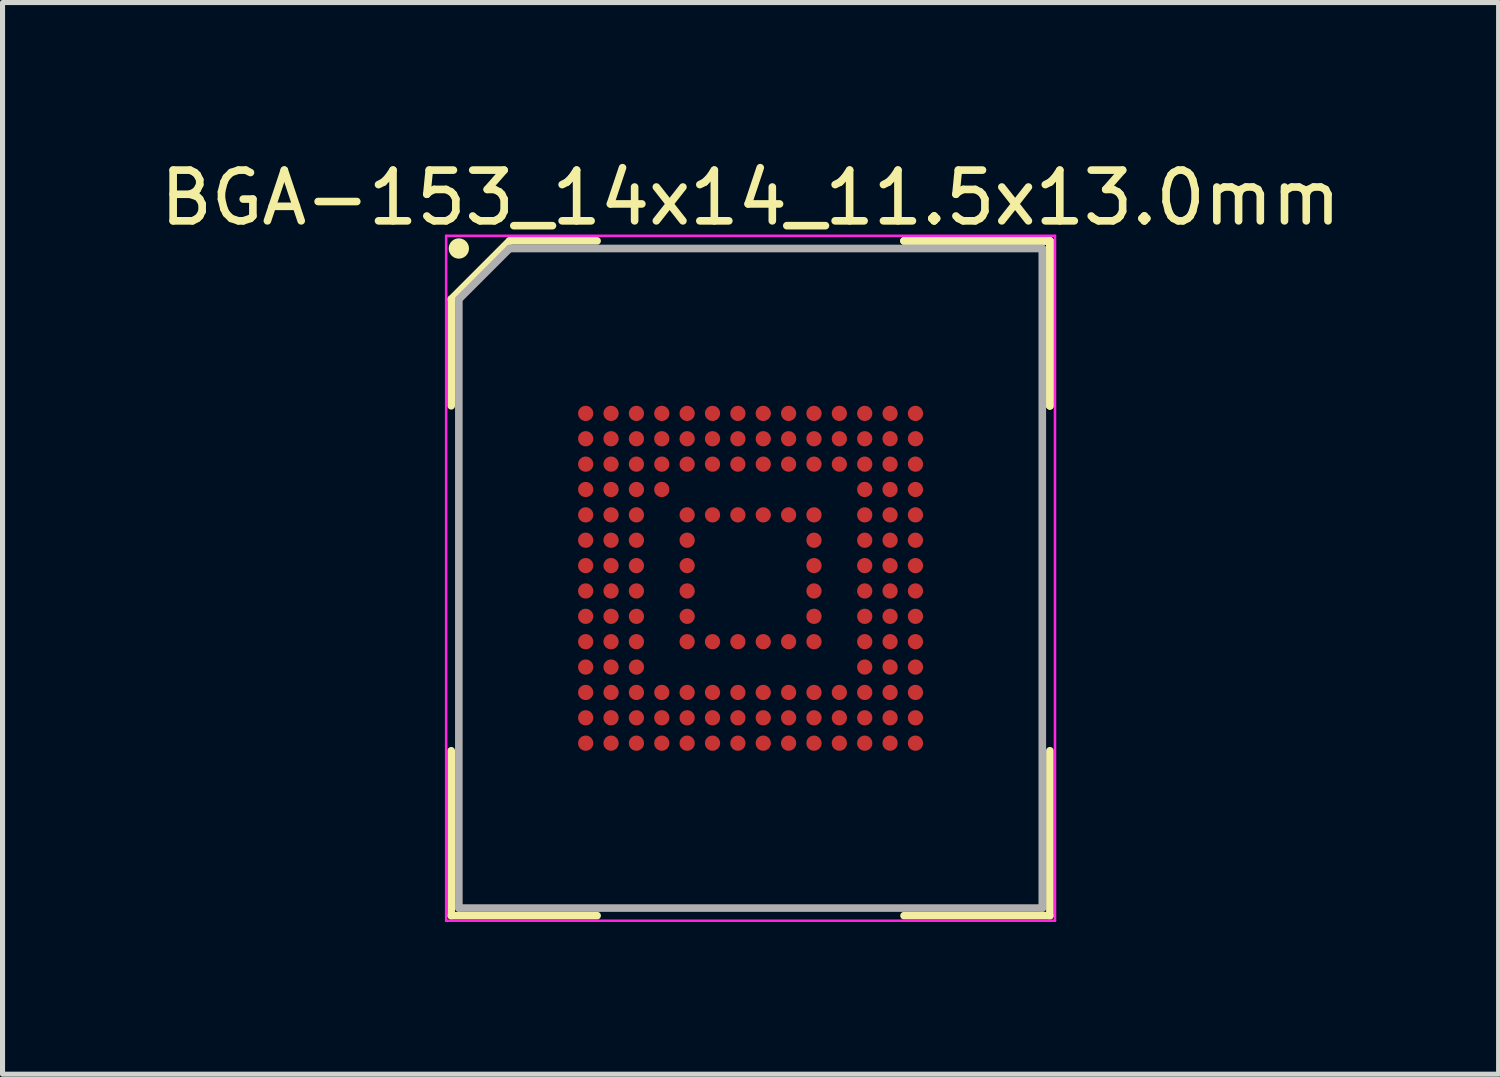
<source format=kicad_pcb>
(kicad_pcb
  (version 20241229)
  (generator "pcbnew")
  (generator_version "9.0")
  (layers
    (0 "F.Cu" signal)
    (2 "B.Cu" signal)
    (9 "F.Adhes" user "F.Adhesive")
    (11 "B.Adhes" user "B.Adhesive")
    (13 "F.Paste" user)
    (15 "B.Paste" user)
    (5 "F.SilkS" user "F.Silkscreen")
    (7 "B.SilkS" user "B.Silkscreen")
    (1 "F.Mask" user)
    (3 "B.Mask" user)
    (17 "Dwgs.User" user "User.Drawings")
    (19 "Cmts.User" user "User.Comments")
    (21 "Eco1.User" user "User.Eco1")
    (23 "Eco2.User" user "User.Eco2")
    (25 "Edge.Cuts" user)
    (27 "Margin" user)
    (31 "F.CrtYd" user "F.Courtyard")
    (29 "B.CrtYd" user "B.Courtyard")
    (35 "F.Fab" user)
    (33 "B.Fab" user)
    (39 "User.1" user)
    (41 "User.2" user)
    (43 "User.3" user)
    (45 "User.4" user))
  (footprint "BGA-153_14x14_11.5x13.0mm"
    (layer "F.Cu")
    (at 11.744 8.348)
    (property "Reference" "BGA-153_14x14_11.5x13.0mm" (at 0 -7.5 0) (layer "F.SilkS") (effects (font (size 1 1) (thickness 0.15))))
    (attr smd)
    (fp_line (start -5.9 -5.5) (end -5.9 -3.4) (stroke (width 0.15) (type solid)) (layer "F.SilkS"))
    (fp_line (start -5.9 6.65) (end -5.9 3.4) (stroke (width 0.15) (type solid)) (layer "F.SilkS"))
    (fp_line (start -4.75 -6.65) (end -5.9 -5.5) (stroke (width 0.15) (type solid)) (layer "F.SilkS"))
    (fp_line (start -3.025 -6.65) (end -4.75 -6.65) (stroke (width 0.15) (type solid)) (layer "F.SilkS"))
    (fp_line (start -3.025 6.65) (end -5.9 6.65) (stroke (width 0.15) (type solid)) (layer "F.SilkS"))
    (fp_line (start 3.025 -6.65) (end 5.9 -6.65) (stroke (width 0.15) (type solid)) (layer "F.SilkS"))
    (fp_line (start 3.025 -6.65) (end 5.9 -6.65) (stroke (width 0.15) (type solid)) (layer "F.SilkS"))
    (fp_line (start 3.025 -6.65) (end 5.9 -6.65) (stroke (width 0.15) (type solid)) (layer "F.SilkS"))
    (fp_line (start 3.025 6.65) (end 5.9 6.65) (stroke (width 0.15) (type solid)) (layer "F.SilkS"))
    (fp_line (start 5.9 -6.65) (end 5.9 -3.4) (stroke (width 0.15) (type solid)) (layer "F.SilkS"))
    (fp_line (start 5.9 -6.65) (end 5.9 -3.4) (stroke (width 0.15) (type solid)) (layer "F.SilkS"))
    (fp_line (start 5.9 -6.65) (end 5.9 -3.4) (stroke (width 0.15) (type solid)) (layer "F.SilkS"))
    (fp_line (start 5.9 6.65) (end 5.9 3.4) (stroke (width 0.15) (type solid)) (layer "F.SilkS"))
    (fp_circle (center -5.75 -6.5) (end -5.75 -6.4) (stroke (width 0.2) (type solid)) (fill no) (layer "F.SilkS"))
    (fp_line (start -6 -6.75) (end 6 -6.75) (stroke (width 0.05) (type solid)) (layer "F.CrtYd"))
    (fp_line (start -6 6.75) (end -6 -6.75) (stroke (width 0.05) (type solid)) (layer "F.CrtYd"))
    (fp_line (start 6 -6.75) (end 6 6.75) (stroke (width 0.05) (type solid)) (layer "F.CrtYd"))
    (fp_line (start 6 6.75) (end -6 6.75) (stroke (width 0.05) (type solid)) (layer "F.CrtYd"))
    (fp_line (start -5.75 -5.5) (end -5.75 6.5) (stroke (width 0.15) (type solid)) (layer "F.Fab"))
    (fp_line (start -5.75 6.5) (end 5.75 6.5) (stroke (width 0.15) (type solid)) (layer "F.Fab"))
    (fp_line (start -4.75 -6.5) (end -5.75 -5.5) (stroke (width 0.15) (type solid)) (layer "F.Fab"))
    (fp_line (start 5.75 -6.5) (end -4.75 -6.5) (stroke (width 0.15) (type solid)) (layer "F.Fab"))
    (fp_line (start 5.75 6.5) (end 5.75 -6.5) (stroke (width 0.15) (type solid)) (layer "F.Fab"))
    (pad "A1" smd circle (at -3.25 -3.25) (size 0.3 0.3) (layers "F.Cu" "F.Mask" "F.Paste"))
    (pad "A2" smd circle (at -2.75 -3.25) (size 0.3 0.3) (layers "F.Cu" "F.Mask" "F.Paste"))
    (pad "A3" smd circle (at -2.25 -3.25) (size 0.3 0.3) (layers "F.Cu" "F.Mask" "F.Paste"))
    (pad "A4" smd circle (at -1.75 -3.25) (size 0.3 0.3) (layers "F.Cu" "F.Mask" "F.Paste"))
    (pad "A5" smd circle (at -1.25 -3.25) (size 0.3 0.3) (layers "F.Cu" "F.Mask" "F.Paste"))
    (pad "A6" smd circle (at -0.75 -3.25) (size 0.3 0.3) (layers "F.Cu" "F.Mask" "F.Paste"))
    (pad "A7" smd circle (at -0.25 -3.25) (size 0.3 0.3) (layers "F.Cu" "F.Mask" "F.Paste"))
    (pad "A8" smd circle (at 0.25 -3.25) (size 0.3 0.3) (layers "F.Cu" "F.Mask" "F.Paste"))
    (pad "A9" smd circle (at 0.75 -3.25) (size 0.3 0.3) (layers "F.Cu" "F.Mask" "F.Paste"))
    (pad "A10" smd circle (at 1.25 -3.25) (size 0.3 0.3) (layers "F.Cu" "F.Mask" "F.Paste"))
    (pad "A11" smd circle (at 1.75 -3.25) (size 0.3 0.3) (layers "F.Cu" "F.Mask" "F.Paste"))
    (pad "A12" smd circle (at 2.25 -3.25) (size 0.3 0.3) (layers "F.Cu" "F.Mask" "F.Paste"))
    (pad "A13" smd circle (at 2.75 -3.25) (size 0.3 0.3) (layers "F.Cu" "F.Mask" "F.Paste"))
    (pad "A14" smd circle (at 3.25 -3.25) (size 0.3 0.3) (layers "F.Cu" "F.Mask" "F.Paste"))
    (pad "B1" smd circle (at -3.25 -2.75) (size 0.3 0.3) (layers "F.Cu" "F.Mask" "F.Paste"))
    (pad "B2" smd circle (at -2.75 -2.75) (size 0.3 0.3) (layers "F.Cu" "F.Mask" "F.Paste"))
    (pad "B3" smd circle (at -2.25 -2.75) (size 0.3 0.3) (layers "F.Cu" "F.Mask" "F.Paste"))
    (pad "B4" smd circle (at -1.75 -2.75) (size 0.3 0.3) (layers "F.Cu" "F.Mask" "F.Paste"))
    (pad "B5" smd circle (at -1.25 -2.75) (size 0.3 0.3) (layers "F.Cu" "F.Mask" "F.Paste"))
    (pad "B6" smd circle (at -0.75 -2.75) (size 0.3 0.3) (layers "F.Cu" "F.Mask" "F.Paste"))
    (pad "B7" smd circle (at -0.25 -2.75) (size 0.3 0.3) (layers "F.Cu" "F.Mask" "F.Paste"))
    (pad "B8" smd circle (at 0.25 -2.75) (size 0.3 0.3) (layers "F.Cu" "F.Mask" "F.Paste"))
    (pad "B9" smd circle (at 0.75 -2.75) (size 0.3 0.3) (layers "F.Cu" "F.Mask" "F.Paste"))
    (pad "B10" smd circle (at 1.25 -2.75) (size 0.3 0.3) (layers "F.Cu" "F.Mask" "F.Paste"))
    (pad "B11" smd circle (at 1.75 -2.75) (size 0.3 0.3) (layers "F.Cu" "F.Mask" "F.Paste"))
    (pad "B12" smd circle (at 2.25 -2.75) (size 0.3 0.3) (layers "F.Cu" "F.Mask" "F.Paste"))
    (pad "B13" smd circle (at 2.75 -2.75) (size 0.3 0.3) (layers "F.Cu" "F.Mask" "F.Paste"))
    (pad "B14" smd circle (at 3.25 -2.75) (size 0.3 0.3) (layers "F.Cu" "F.Mask" "F.Paste"))
    (pad "C1" smd circle (at -3.25 -2.25) (size 0.3 0.3) (layers "F.Cu" "F.Mask" "F.Paste"))
    (pad "C2" smd circle (at -2.75 -2.25) (size 0.3 0.3) (layers "F.Cu" "F.Mask" "F.Paste"))
    (pad "C3" smd circle (at -2.25 -2.25) (size 0.3 0.3) (layers "F.Cu" "F.Mask" "F.Paste"))
    (pad "C4" smd circle (at -1.75 -2.25) (size 0.3 0.3) (layers "F.Cu" "F.Mask" "F.Paste"))
    (pad "C5" smd circle (at -1.25 -2.25) (size 0.3 0.3) (layers "F.Cu" "F.Mask" "F.Paste"))
    (pad "C6" smd circle (at -0.75 -2.25) (size 0.3 0.3) (layers "F.Cu" "F.Mask" "F.Paste"))
    (pad "C7" smd circle (at -0.25 -2.25) (size 0.3 0.3) (layers "F.Cu" "F.Mask" "F.Paste"))
    (pad "C8" smd circle (at 0.25 -2.25) (size 0.3 0.3) (layers "F.Cu" "F.Mask" "F.Paste"))
    (pad "C9" smd circle (at 0.75 -2.25) (size 0.3 0.3) (layers "F.Cu" "F.Mask" "F.Paste"))
    (pad "C10" smd circle (at 1.25 -2.25) (size 0.3 0.3) (layers "F.Cu" "F.Mask" "F.Paste"))
    (pad "C11" smd circle (at 1.75 -2.25) (size 0.3 0.3) (layers "F.Cu" "F.Mask" "F.Paste"))
    (pad "C12" smd circle (at 2.25 -2.25) (size 0.3 0.3) (layers "F.Cu" "F.Mask" "F.Paste"))
    (pad "C13" smd circle (at 2.75 -2.25) (size 0.3 0.3) (layers "F.Cu" "F.Mask" "F.Paste"))
    (pad "C14" smd circle (at 3.25 -2.25) (size 0.3 0.3) (layers "F.Cu" "F.Mask" "F.Paste"))
    (pad "D1" smd circle (at -3.25 -1.75) (size 0.3 0.3) (layers "F.Cu" "F.Mask" "F.Paste"))
    (pad "D2" smd circle (at -2.75 -1.75) (size 0.3 0.3) (layers "F.Cu" "F.Mask" "F.Paste"))
    (pad "D3" smd circle (at -2.25 -1.75) (size 0.3 0.3) (layers "F.Cu" "F.Mask" "F.Paste"))
    (pad "D4" smd circle (at -1.75 -1.75) (size 0.3 0.3) (layers "F.Cu" "F.Mask" "F.Paste"))
    (pad "D12" smd circle (at 2.25 -1.75) (size 0.3 0.3) (layers "F.Cu" "F.Mask" "F.Paste"))
    (pad "D13" smd circle (at 2.75 -1.75) (size 0.3 0.3) (layers "F.Cu" "F.Mask" "F.Paste"))
    (pad "D14" smd circle (at 3.25 -1.75) (size 0.3 0.3) (layers "F.Cu" "F.Mask" "F.Paste"))
    (pad "E1" smd circle (at -3.25 -1.25) (size 0.3 0.3) (layers "F.Cu" "F.Mask" "F.Paste"))
    (pad "E2" smd circle (at -2.75 -1.25) (size 0.3 0.3) (layers "F.Cu" "F.Mask" "F.Paste"))
    (pad "E3" smd circle (at -2.25 -1.25) (size 0.3 0.3) (layers "F.Cu" "F.Mask" "F.Paste"))
    (pad "E5" smd circle (at -1.25 -1.25) (size 0.3 0.3) (layers "F.Cu" "F.Mask" "F.Paste"))
    (pad "E6" smd circle (at -0.75 -1.25) (size 0.3 0.3) (layers "F.Cu" "F.Mask" "F.Paste"))
    (pad "E7" smd circle (at -0.25 -1.25) (size 0.3 0.3) (layers "F.Cu" "F.Mask" "F.Paste"))
    (pad "E8" smd circle (at 0.25 -1.25) (size 0.3 0.3) (layers "F.Cu" "F.Mask" "F.Paste"))
    (pad "E9" smd circle (at 0.75 -1.25) (size 0.3 0.3) (layers "F.Cu" "F.Mask" "F.Paste"))
    (pad "E10" smd circle (at 1.25 -1.25) (size 0.3 0.3) (layers "F.Cu" "F.Mask" "F.Paste"))
    (pad "E12" smd circle (at 2.25 -1.25) (size 0.3 0.3) (layers "F.Cu" "F.Mask" "F.Paste"))
    (pad "E13" smd circle (at 2.75 -1.25) (size 0.3 0.3) (layers "F.Cu" "F.Mask" "F.Paste"))
    (pad "E14" smd circle (at 3.25 -1.25) (size 0.3 0.3) (layers "F.Cu" "F.Mask" "F.Paste"))
    (pad "F1" smd circle (at -3.25 -0.75) (size 0.3 0.3) (layers "F.Cu" "F.Mask" "F.Paste"))
    (pad "F2" smd circle (at -2.75 -0.75) (size 0.3 0.3) (layers "F.Cu" "F.Mask" "F.Paste"))
    (pad "F3" smd circle (at -2.25 -0.75) (size 0.3 0.3) (layers "F.Cu" "F.Mask" "F.Paste"))
    (pad "F5" smd circle (at -1.25 -0.75) (size 0.3 0.3) (layers "F.Cu" "F.Mask" "F.Paste"))
    (pad "F10" smd circle (at 1.25 -0.75) (size 0.3 0.3) (layers "F.Cu" "F.Mask" "F.Paste"))
    (pad "F12" smd circle (at 2.25 -0.75) (size 0.3 0.3) (layers "F.Cu" "F.Mask" "F.Paste"))
    (pad "F13" smd circle (at 2.75 -0.75) (size 0.3 0.3) (layers "F.Cu" "F.Mask" "F.Paste"))
    (pad "F14" smd circle (at 3.25 -0.75) (size 0.3 0.3) (layers "F.Cu" "F.Mask" "F.Paste"))
    (pad "G1" smd circle (at -3.25 -0.25) (size 0.3 0.3) (layers "F.Cu" "F.Mask" "F.Paste"))
    (pad "G2" smd circle (at -2.75 -0.25) (size 0.3 0.3) (layers "F.Cu" "F.Mask" "F.Paste"))
    (pad "G3" smd circle (at -2.25 -0.25) (size 0.3 0.3) (layers "F.Cu" "F.Mask" "F.Paste"))
    (pad "G5" smd circle (at -1.25 -0.25) (size 0.3 0.3) (layers "F.Cu" "F.Mask" "F.Paste"))
    (pad "G10" smd circle (at 1.25 -0.25) (size 0.3 0.3) (layers "F.Cu" "F.Mask" "F.Paste"))
    (pad "G12" smd circle (at 2.25 -0.25) (size 0.3 0.3) (layers "F.Cu" "F.Mask" "F.Paste"))
    (pad "G13" smd circle (at 2.75 -0.25) (size 0.3 0.3) (layers "F.Cu" "F.Mask" "F.Paste"))
    (pad "G14" smd circle (at 3.25 -0.25) (size 0.3 0.3) (layers "F.Cu" "F.Mask" "F.Paste"))
    (pad "H1" smd circle (at -3.25 0.25) (size 0.3 0.3) (layers "F.Cu" "F.Mask" "F.Paste"))
    (pad "H2" smd circle (at -2.75 0.25) (size 0.3 0.3) (layers "F.Cu" "F.Mask" "F.Paste"))
    (pad "H3" smd circle (at -2.25 0.25) (size 0.3 0.3) (layers "F.Cu" "F.Mask" "F.Paste"))
    (pad "H5" smd circle (at -1.25 0.25) (size 0.3 0.3) (layers "F.Cu" "F.Mask" "F.Paste"))
    (pad "H10" smd circle (at 1.25 0.25) (size 0.3 0.3) (layers "F.Cu" "F.Mask" "F.Paste"))
    (pad "H12" smd circle (at 2.25 0.25) (size 0.3 0.3) (layers "F.Cu" "F.Mask" "F.Paste"))
    (pad "H13" smd circle (at 2.75 0.25) (size 0.3 0.3) (layers "F.Cu" "F.Mask" "F.Paste"))
    (pad "H14" smd circle (at 3.25 0.25) (size 0.3 0.3) (layers "F.Cu" "F.Mask" "F.Paste"))
    (pad "J1" smd circle (at -3.25 0.75) (size 0.3 0.3) (layers "F.Cu" "F.Mask" "F.Paste"))
    (pad "J2" smd circle (at -2.75 0.75) (size 0.3 0.3) (layers "F.Cu" "F.Mask" "F.Paste"))
    (pad "J3" smd circle (at -2.25 0.75) (size 0.3 0.3) (layers "F.Cu" "F.Mask" "F.Paste"))
    (pad "J5" smd circle (at -1.25 0.75) (size 0.3 0.3) (layers "F.Cu" "F.Mask" "F.Paste"))
    (pad "J10" smd circle (at 1.25 0.75) (size 0.3 0.3) (layers "F.Cu" "F.Mask" "F.Paste"))
    (pad "J12" smd circle (at 2.25 0.75) (size 0.3 0.3) (layers "F.Cu" "F.Mask" "F.Paste"))
    (pad "J13" smd circle (at 2.75 0.75) (size 0.3 0.3) (layers "F.Cu" "F.Mask" "F.Paste"))
    (pad "J14" smd circle (at 3.25 0.75) (size 0.3 0.3) (layers "F.Cu" "F.Mask" "F.Paste"))
    (pad "K1" smd circle (at -3.25 1.25) (size 0.3 0.3) (layers "F.Cu" "F.Mask" "F.Paste"))
    (pad "K2" smd circle (at -2.75 1.25) (size 0.3 0.3) (layers "F.Cu" "F.Mask" "F.Paste"))
    (pad "K3" smd circle (at -2.25 1.25) (size 0.3 0.3) (layers "F.Cu" "F.Mask" "F.Paste"))
    (pad "K5" smd circle (at -1.25 1.25) (size 0.3 0.3) (layers "F.Cu" "F.Mask" "F.Paste"))
    (pad "K6" smd circle (at -0.75 1.25) (size 0.3 0.3) (layers "F.Cu" "F.Mask" "F.Paste"))
    (pad "K7" smd circle (at -0.25 1.25) (size 0.3 0.3) (layers "F.Cu" "F.Mask" "F.Paste"))
    (pad "K8" smd circle (at 0.25 1.25) (size 0.3 0.3) (layers "F.Cu" "F.Mask" "F.Paste"))
    (pad "K9" smd circle (at 0.75 1.25) (size 0.3 0.3) (layers "F.Cu" "F.Mask" "F.Paste"))
    (pad "K10" smd circle (at 1.25 1.25) (size 0.3 0.3) (layers "F.Cu" "F.Mask" "F.Paste"))
    (pad "K12" smd circle (at 2.25 1.25) (size 0.3 0.3) (layers "F.Cu" "F.Mask" "F.Paste"))
    (pad "K13" smd circle (at 2.75 1.25) (size 0.3 0.3) (layers "F.Cu" "F.Mask" "F.Paste"))
    (pad "K14" smd circle (at 3.25 1.25) (size 0.3 0.3) (layers "F.Cu" "F.Mask" "F.Paste"))
    (pad "L1" smd circle (at -3.25 1.75) (size 0.3 0.3) (layers "F.Cu" "F.Mask" "F.Paste"))
    (pad "L2" smd circle (at -2.75 1.75) (size 0.3 0.3) (layers "F.Cu" "F.Mask" "F.Paste"))
    (pad "L3" smd circle (at -2.25 1.75) (size 0.3 0.3) (layers "F.Cu" "F.Mask" "F.Paste"))
    (pad "L12" smd circle (at 2.25 1.75) (size 0.3 0.3) (layers "F.Cu" "F.Mask" "F.Paste"))
    (pad "L13" smd circle (at 2.75 1.75) (size 0.3 0.3) (layers "F.Cu" "F.Mask" "F.Paste"))
    (pad "L14" smd circle (at 3.25 1.75) (size 0.3 0.3) (layers "F.Cu" "F.Mask" "F.Paste"))
    (pad "M1" smd circle (at -3.25 2.25) (size 0.3 0.3) (layers "F.Cu" "F.Mask" "F.Paste"))
    (pad "M2" smd circle (at -2.75 2.25) (size 0.3 0.3) (layers "F.Cu" "F.Mask" "F.Paste"))
    (pad "M3" smd circle (at -2.25 2.25) (size 0.3 0.3) (layers "F.Cu" "F.Mask" "F.Paste"))
    (pad "M4" smd circle (at -1.75 2.25) (size 0.3 0.3) (layers "F.Cu" "F.Mask" "F.Paste"))
    (pad "M5" smd circle (at -1.25 2.25) (size 0.3 0.3) (layers "F.Cu" "F.Mask" "F.Paste"))
    (pad "M6" smd circle (at -0.75 2.25) (size 0.3 0.3) (layers "F.Cu" "F.Mask" "F.Paste"))
    (pad "M7" smd circle (at -0.25 2.25) (size 0.3 0.3) (layers "F.Cu" "F.Mask" "F.Paste"))
    (pad "M8" smd circle (at 0.25 2.25) (size 0.3 0.3) (layers "F.Cu" "F.Mask" "F.Paste"))
    (pad "M9" smd circle (at 0.75 2.25) (size 0.3 0.3) (layers "F.Cu" "F.Mask" "F.Paste"))
    (pad "M10" smd circle (at 1.25 2.25) (size 0.3 0.3) (layers "F.Cu" "F.Mask" "F.Paste"))
    (pad "M11" smd circle (at 1.75 2.25) (size 0.3 0.3) (layers "F.Cu" "F.Mask" "F.Paste"))
    (pad "M12" smd circle (at 2.25 2.25) (size 0.3 0.3) (layers "F.Cu" "F.Mask" "F.Paste"))
    (pad "M13" smd circle (at 2.75 2.25) (size 0.3 0.3) (layers "F.Cu" "F.Mask" "F.Paste"))
    (pad "M14" smd circle (at 3.25 2.25) (size 0.3 0.3) (layers "F.Cu" "F.Mask" "F.Paste"))
    (pad "N1" smd circle (at -3.25 2.75) (size 0.3 0.3) (layers "F.Cu" "F.Mask" "F.Paste"))
    (pad "N2" smd circle (at -2.75 2.75) (size 0.3 0.3) (layers "F.Cu" "F.Mask" "F.Paste"))
    (pad "N3" smd circle (at -2.25 2.75) (size 0.3 0.3) (layers "F.Cu" "F.Mask" "F.Paste"))
    (pad "N4" smd circle (at -1.75 2.75) (size 0.3 0.3) (layers "F.Cu" "F.Mask" "F.Paste"))
    (pad "N5" smd circle (at -1.25 2.75) (size 0.3 0.3) (layers "F.Cu" "F.Mask" "F.Paste"))
    (pad "N6" smd circle (at -0.75 2.75) (size 0.3 0.3) (layers "F.Cu" "F.Mask" "F.Paste"))
    (pad "N7" smd circle (at -0.25 2.75) (size 0.3 0.3) (layers "F.Cu" "F.Mask" "F.Paste"))
    (pad "N8" smd circle (at 0.25 2.75) (size 0.3 0.3) (layers "F.Cu" "F.Mask" "F.Paste"))
    (pad "N9" smd circle (at 0.75 2.75) (size 0.3 0.3) (layers "F.Cu" "F.Mask" "F.Paste"))
    (pad "N10" smd circle (at 1.25 2.75) (size 0.3 0.3) (layers "F.Cu" "F.Mask" "F.Paste"))
    (pad "N11" smd circle (at 1.75 2.75) (size 0.3 0.3) (layers "F.Cu" "F.Mask" "F.Paste"))
    (pad "N12" smd circle (at 2.25 2.75) (size 0.3 0.3) (layers "F.Cu" "F.Mask" "F.Paste"))
    (pad "N13" smd circle (at 2.75 2.75) (size 0.3 0.3) (layers "F.Cu" "F.Mask" "F.Paste"))
    (pad "N14" smd circle (at 3.25 2.75) (size 0.3 0.3) (layers "F.Cu" "F.Mask" "F.Paste"))
    (pad "P1" smd circle (at -3.25 3.25) (size 0.3 0.3) (layers "F.Cu" "F.Mask" "F.Paste"))
    (pad "P2" smd circle (at -2.75 3.25) (size 0.3 0.3) (layers "F.Cu" "F.Mask" "F.Paste"))
    (pad "P3" smd circle (at -2.25 3.25) (size 0.3 0.3) (layers "F.Cu" "F.Mask" "F.Paste"))
    (pad "P4" smd circle (at -1.75 3.25) (size 0.3 0.3) (layers "F.Cu" "F.Mask" "F.Paste"))
    (pad "P5" smd circle (at -1.25 3.25) (size 0.3 0.3) (layers "F.Cu" "F.Mask" "F.Paste"))
    (pad "P6" smd circle (at -0.75 3.25) (size 0.3 0.3) (layers "F.Cu" "F.Mask" "F.Paste"))
    (pad "P7" smd circle (at -0.25 3.25) (size 0.3 0.3) (layers "F.Cu" "F.Mask" "F.Paste"))
    (pad "P8" smd circle (at 0.25 3.25) (size 0.3 0.3) (layers "F.Cu" "F.Mask" "F.Paste"))
    (pad "P9" smd circle (at 0.75 3.25) (size 0.3 0.3) (layers "F.Cu" "F.Mask" "F.Paste"))
    (pad "P10" smd circle (at 1.25 3.25) (size 0.3 0.3) (layers "F.Cu" "F.Mask" "F.Paste"))
    (pad "P11" smd circle (at 1.75 3.25) (size 0.3 0.3) (layers "F.Cu" "F.Mask" "F.Paste"))
    (pad "P12" smd circle (at 2.25 3.25) (size 0.3 0.3) (layers "F.Cu" "F.Mask" "F.Paste"))
    (pad "P13" smd circle (at 2.75 3.25) (size 0.3 0.3) (layers "F.Cu" "F.Mask" "F.Paste"))
    (pad "P14" smd circle (at 3.25 3.25) (size 0.3 0.3) (layers "F.Cu" "F.Mask" "F.Paste")))
  (gr_rect
    (start -3 -3)
    (end 26.488 18.123)
    (stroke (width 0.1) (type default))
    (fill no)
    (layer "Edge.Cuts")))
</source>
